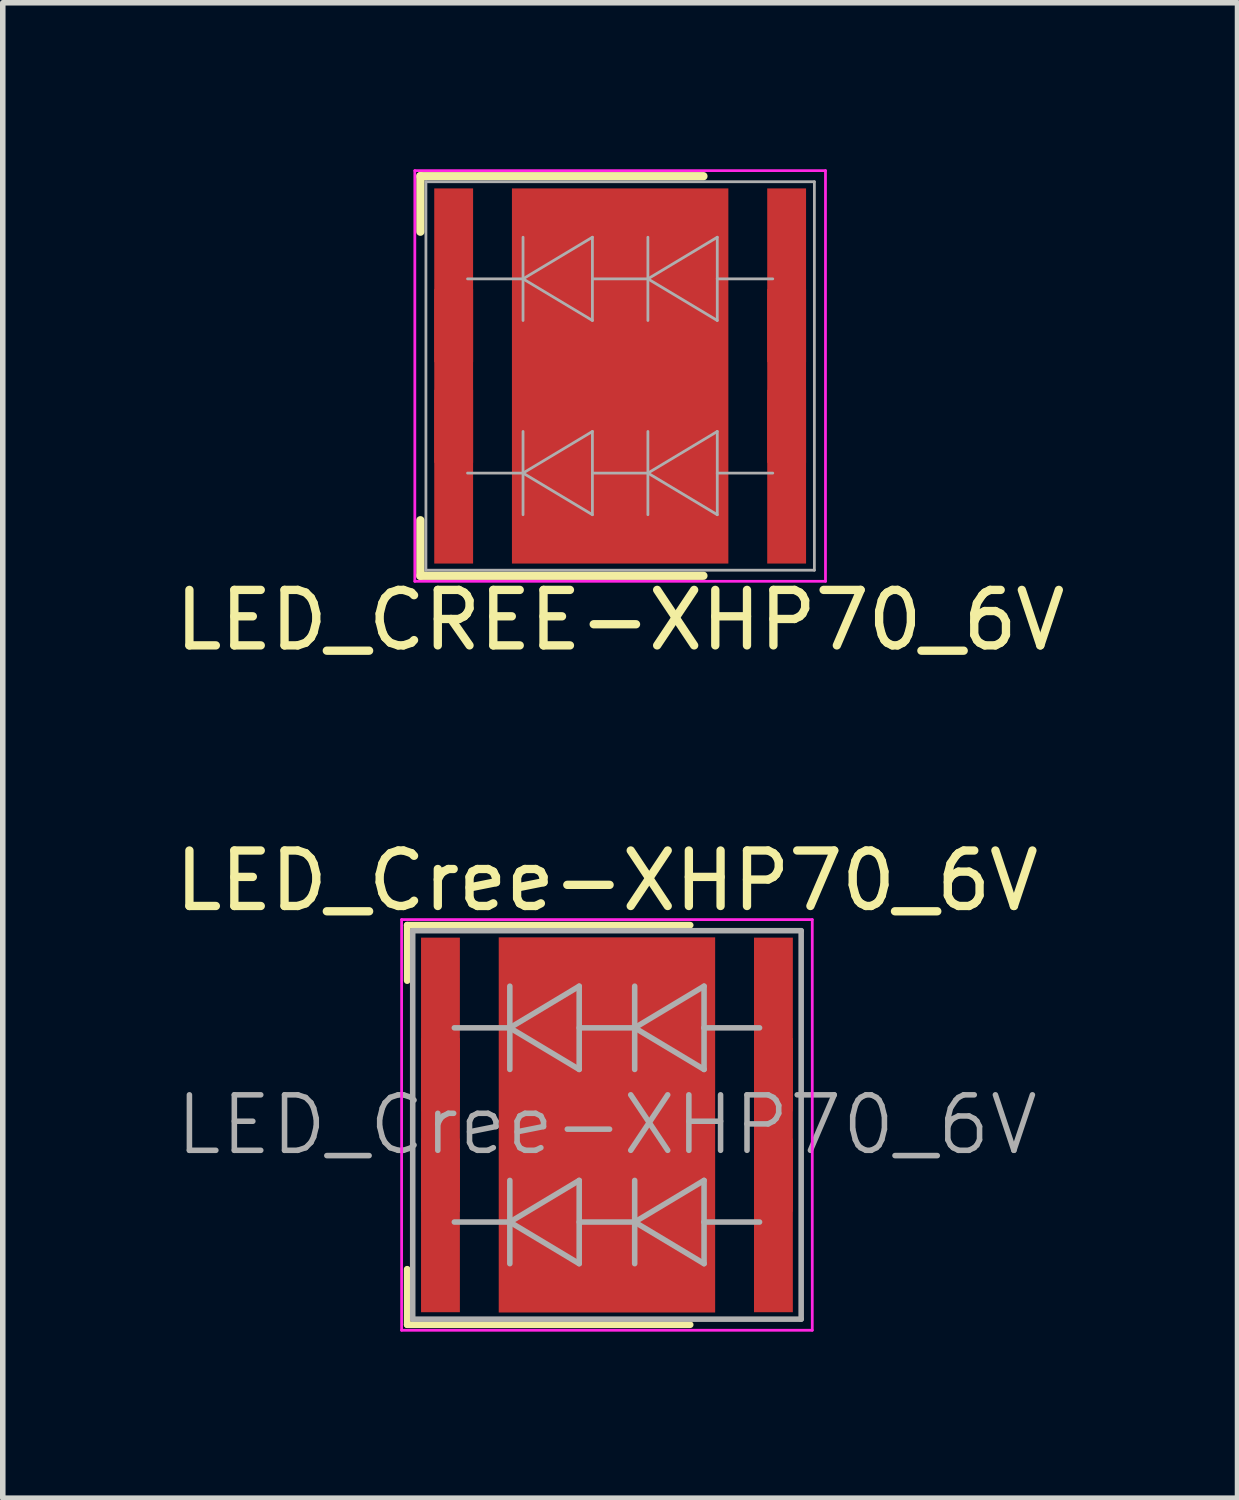
<source format=kicad_pcb>
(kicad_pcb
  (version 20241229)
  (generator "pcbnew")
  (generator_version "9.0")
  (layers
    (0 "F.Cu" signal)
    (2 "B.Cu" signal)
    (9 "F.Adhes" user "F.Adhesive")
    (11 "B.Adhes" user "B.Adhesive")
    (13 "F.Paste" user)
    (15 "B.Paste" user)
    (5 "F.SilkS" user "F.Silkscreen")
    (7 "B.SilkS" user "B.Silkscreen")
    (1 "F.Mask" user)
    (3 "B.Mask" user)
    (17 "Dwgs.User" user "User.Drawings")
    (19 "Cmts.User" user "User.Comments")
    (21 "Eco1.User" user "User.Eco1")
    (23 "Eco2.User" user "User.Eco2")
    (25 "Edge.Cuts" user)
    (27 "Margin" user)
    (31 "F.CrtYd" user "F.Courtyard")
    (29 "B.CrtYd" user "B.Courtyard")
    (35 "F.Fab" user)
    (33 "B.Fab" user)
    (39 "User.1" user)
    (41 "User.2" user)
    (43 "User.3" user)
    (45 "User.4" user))
  (footprint "LED_CREE-XHP70_6V"
    (layer "F.Cu")
    (at 8.125 3.725)
    (property "Reference" "LED_CREE-XHP70_6V" (at 0 4.4 0) (layer "F.SilkS") (effects (font (size 1 1) (thickness 0.15))))
    (attr smd)
    (fp_line (start -3.6 -3.6) (end -3.6 -2.6) (stroke (width 0.15) (type solid)) (layer "F.SilkS"))
    (fp_line (start -3.6 3.6) (end -3.6 2.6) (stroke (width 0.15) (type solid)) (layer "F.SilkS"))
    (fp_line (start 1.5 -3.6) (end -3.6 -3.6) (stroke (width 0.15) (type solid)) (layer "F.SilkS"))
    (fp_line (start 1.5 3.6) (end -3.6 3.6) (stroke (width 0.15) (type solid)) (layer "F.SilkS"))
    (fp_line (start -3.7 -3.7) (end -3.7 3.7) (stroke (width 0.05) (type solid)) (layer "F.CrtYd"))
    (fp_line (start -3.7 3.7) (end 3.7 3.7) (stroke (width 0.05) (type solid)) (layer "F.CrtYd"))
    (fp_line (start 3.7 -3.7) (end -3.7 -3.7) (stroke (width 0.05) (type solid)) (layer "F.CrtYd"))
    (fp_line (start 3.7 3.7) (end 3.7 -3.7) (stroke (width 0.05) (type solid)) (layer "F.CrtYd"))
    (fp_line (start -3.5 -3.5) (end -3.5 3.5) (stroke (width 0.05) (type solid)) (layer "F.Fab"))
    (fp_line (start -3.5 3.5) (end 3.5 3.5) (stroke (width 0.05) (type solid)) (layer "F.Fab"))
    (fp_line (start -2.75 -1.75) (end -1.75 -1.75) (stroke (width 0.05) (type solid)) (layer "F.Fab"))
    (fp_line (start -2.75 1.75) (end -1.75 1.75) (stroke (width 0.05) (type solid)) (layer "F.Fab"))
    (fp_line (start -1.75 -1.75) (end -1.75 -2.5) (stroke (width 0.05) (type solid)) (layer "F.Fab"))
    (fp_line (start -1.75 -1.75) (end -1.75 -1) (stroke (width 0.05) (type solid)) (layer "F.Fab"))
    (fp_line (start -1.75 -1.75) (end -0.5 -1) (stroke (width 0.05) (type solid)) (layer "F.Fab"))
    (fp_line (start -1.75 1.75) (end -1.75 1) (stroke (width 0.05) (type solid)) (layer "F.Fab"))
    (fp_line (start -1.75 1.75) (end -1.75 2.5) (stroke (width 0.05) (type solid)) (layer "F.Fab"))
    (fp_line (start -1.75 1.75) (end -0.5 2.5) (stroke (width 0.05) (type solid)) (layer "F.Fab"))
    (fp_line (start -0.5 -2.5) (end -1.75 -1.75) (stroke (width 0.05) (type solid)) (layer "F.Fab"))
    (fp_line (start -0.5 -1.75) (end 0.5 -1.75) (stroke (width 0.05) (type solid)) (layer "F.Fab"))
    (fp_line (start -0.5 -1) (end -0.5 -2.5) (stroke (width 0.05) (type solid)) (layer "F.Fab"))
    (fp_line (start -0.5 1) (end -1.75 1.75) (stroke (width 0.05) (type solid)) (layer "F.Fab"))
    (fp_line (start -0.5 1.75) (end 0.5 1.75) (stroke (width 0.05) (type solid)) (layer "F.Fab"))
    (fp_line (start -0.5 2.5) (end -0.5 1) (stroke (width 0.05) (type solid)) (layer "F.Fab"))
    (fp_line (start 0.5 -2.5) (end 0.5 -1) (stroke (width 0.05) (type solid)) (layer "F.Fab"))
    (fp_line (start 0.5 -1.75) (end 1.75 -2.5) (stroke (width 0.05) (type solid)) (layer "F.Fab"))
    (fp_line (start 0.5 1) (end 0.5 2.5) (stroke (width 0.05) (type solid)) (layer "F.Fab"))
    (fp_line (start 0.5 1.75) (end 1.75 1) (stroke (width 0.05) (type solid)) (layer "F.Fab"))
    (fp_line (start 1.75 -1.75) (end 1.75 -2.5) (stroke (width 0.05) (type solid)) (layer "F.Fab"))
    (fp_line (start 1.75 -1.75) (end 1.75 -1) (stroke (width 0.05) (type solid)) (layer "F.Fab"))
    (fp_line (start 1.75 -1) (end 0.5 -1.75) (stroke (width 0.05) (type solid)) (layer "F.Fab"))
    (fp_line (start 1.75 1.75) (end 1.75 1) (stroke (width 0.05) (type solid)) (layer "F.Fab"))
    (fp_line (start 1.75 1.75) (end 1.75 2.5) (stroke (width 0.05) (type solid)) (layer "F.Fab"))
    (fp_line (start 1.75 2.5) (end 0.5 1.75) (stroke (width 0.05) (type solid)) (layer "F.Fab"))
    (fp_line (start 2.75 -1.75) (end 1.75 -1.75) (stroke (width 0.05) (type solid)) (layer "F.Fab"))
    (fp_line (start 2.75 1.75) (end 1.75 1.75) (stroke (width 0.05) (type solid)) (layer "F.Fab"))
    (fp_line (start 3.5 -3.5) (end -3.5 -3.5) (stroke (width 0.05) (type solid)) (layer "F.Fab"))
    (fp_line (start 3.5 3.5) (end 3.5 -3.5) (stroke (width 0.05) (type solid)) (layer "F.Fab"))
    (pad "1" smd rect (at -3 -1.815) (size 0.7 3.13) (layers "F.Cu" "F.Mask" "F.Paste"))
    (pad "1" smd rect (at -3 0) (size 0.7 3.13) (layers "F.Cu" "F.Mask"))
    (pad "1" smd rect (at -3 1.815) (size 0.7 3.13) (layers "F.Cu" "F.Mask" "F.Paste"))
    (pad "2" smd rect (at 3 -1.815) (size 0.7 3.13) (layers "F.Cu" "F.Mask" "F.Paste"))
    (pad "2" smd rect (at 3 0) (size 0.7 3.13) (layers "F.Cu" "F.Mask"))
    (pad "2" smd rect (at 3 1.815) (size 0.7 3.13) (layers "F.Cu" "F.Mask" "F.Paste"))
    (pad "3" smd rect (at -0.77 -2.31) (size 1.29 1.29) (layers "F.Cu" "F.Mask" "F.Paste"))
    (pad "3" smd rect (at -0.77 -0.77) (size 1.29 1.29) (layers "F.Cu" "F.Mask" "F.Paste"))
    (pad "3" smd rect (at -0.77 0.77) (size 1.29 1.29) (layers "F.Cu" "F.Mask" "F.Paste"))
    (pad "3" smd rect (at -0.77 2.31) (size 1.29 1.29) (layers "F.Cu" "F.Mask" "F.Paste"))
    (pad "3" smd rect (at 0 0) (size 3.9 6.76) (layers "F.Cu" "F.Mask"))
    (pad "3" smd rect (at 0.77 -2.31) (size 1.29 1.29) (layers "F.Cu" "F.Mask" "F.Paste"))
    (pad "3" smd rect (at 0.77 -0.77) (size 1.29 1.29) (layers "F.Cu" "F.Mask" "F.Paste"))
    (pad "3" smd rect (at 0.77 0.77) (size 1.29 1.29) (layers "F.Cu" "F.Mask" "F.Paste"))
    (pad "3" smd rect (at 0.77 2.31) (size 1.29 1.29) (layers "F.Cu" "F.Mask" "F.Paste")))
  (footprint "LED_Cree-XHP70_6V"
    (layer "F.Cu")
    (at 7.887 17.221)
    (property "Reference" "LED_Cree-XHP70_6V" (at 0 -4.4 0) (layer "F.SilkS") (effects (font (size 1 1) (thickness 0.15))))
    (attr smd)
    (fp_line (start -3.6 -3.6) (end -3.6 -2.6) (stroke (width 0.12) (type solid)) (layer "F.SilkS"))
    (fp_line (start -3.6 3.6) (end -3.6 2.6) (stroke (width 0.12) (type solid)) (layer "F.SilkS"))
    (fp_line (start 1.5 -3.6) (end -3.6 -3.6) (stroke (width 0.12) (type solid)) (layer "F.SilkS"))
    (fp_line (start 1.5 3.6) (end -3.6 3.6) (stroke (width 0.12) (type solid)) (layer "F.SilkS"))
    (fp_line (start -3.7 -3.7) (end -3.7 3.7) (stroke (width 0.05) (type solid)) (layer "F.CrtYd"))
    (fp_line (start -3.7 3.7) (end 3.7 3.7) (stroke (width 0.05) (type solid)) (layer "F.CrtYd"))
    (fp_line (start 3.7 -3.7) (end -3.7 -3.7) (stroke (width 0.05) (type solid)) (layer "F.CrtYd"))
    (fp_line (start 3.7 3.7) (end 3.7 -3.7) (stroke (width 0.05) (type solid)) (layer "F.CrtYd"))
    (fp_line (start -3.5 -3.5) (end -3.5 3.5) (stroke (width 0.1) (type solid)) (layer "F.Fab"))
    (fp_line (start -3.5 3.5) (end 3.5 3.5) (stroke (width 0.1) (type solid)) (layer "F.Fab"))
    (fp_line (start -2.75 -1.75) (end -1.75 -1.75) (stroke (width 0.1) (type solid)) (layer "F.Fab"))
    (fp_line (start -2.75 1.75) (end -1.75 1.75) (stroke (width 0.1) (type solid)) (layer "F.Fab"))
    (fp_line (start -1.75 -1.75) (end -1.75 -2.5) (stroke (width 0.1) (type solid)) (layer "F.Fab"))
    (fp_line (start -1.75 -1.75) (end -1.75 -1) (stroke (width 0.1) (type solid)) (layer "F.Fab"))
    (fp_line (start -1.75 -1.75) (end -0.5 -1) (stroke (width 0.1) (type solid)) (layer "F.Fab"))
    (fp_line (start -1.75 1.75) (end -1.75 1) (stroke (width 0.1) (type solid)) (layer "F.Fab"))
    (fp_line (start -1.75 1.75) (end -1.75 2.5) (stroke (width 0.1) (type solid)) (layer "F.Fab"))
    (fp_line (start -1.75 1.75) (end -0.5 2.5) (stroke (width 0.1) (type solid)) (layer "F.Fab"))
    (fp_line (start -0.5 -2.5) (end -1.75 -1.75) (stroke (width 0.1) (type solid)) (layer "F.Fab"))
    (fp_line (start -0.5 -1.75) (end 0.5 -1.75) (stroke (width 0.1) (type solid)) (layer "F.Fab"))
    (fp_line (start -0.5 -1) (end -0.5 -2.5) (stroke (width 0.1) (type solid)) (layer "F.Fab"))
    (fp_line (start -0.5 1) (end -1.75 1.75) (stroke (width 0.1) (type solid)) (layer "F.Fab"))
    (fp_line (start -0.5 1.75) (end 0.5 1.75) (stroke (width 0.1) (type solid)) (layer "F.Fab"))
    (fp_line (start -0.5 2.5) (end -0.5 1) (stroke (width 0.1) (type solid)) (layer "F.Fab"))
    (fp_line (start 0.5 -2.5) (end 0.5 -1) (stroke (width 0.1) (type solid)) (layer "F.Fab"))
    (fp_line (start 0.5 -1.75) (end 1.75 -2.5) (stroke (width 0.1) (type solid)) (layer "F.Fab"))
    (fp_line (start 0.5 1) (end 0.5 2.5) (stroke (width 0.1) (type solid)) (layer "F.Fab"))
    (fp_line (start 0.5 1.75) (end 1.75 1) (stroke (width 0.1) (type solid)) (layer "F.Fab"))
    (fp_line (start 1.75 -1.75) (end 1.75 -2.5) (stroke (width 0.1) (type solid)) (layer "F.Fab"))
    (fp_line (start 1.75 -1.75) (end 1.75 -1) (stroke (width 0.1) (type solid)) (layer "F.Fab"))
    (fp_line (start 1.75 -1) (end 0.5 -1.75) (stroke (width 0.1) (type solid)) (layer "F.Fab"))
    (fp_line (start 1.75 1.75) (end 1.75 1) (stroke (width 0.1) (type solid)) (layer "F.Fab"))
    (fp_line (start 1.75 1.75) (end 1.75 2.5) (stroke (width 0.1) (type solid)) (layer "F.Fab"))
    (fp_line (start 1.75 2.5) (end 0.5 1.75) (stroke (width 0.1) (type solid)) (layer "F.Fab"))
    (fp_line (start 2.75 -1.75) (end 1.75 -1.75) (stroke (width 0.1) (type solid)) (layer "F.Fab"))
    (fp_line (start 2.75 1.75) (end 1.75 1.75) (stroke (width 0.1) (type solid)) (layer "F.Fab"))
    (fp_line (start 3.5 -3.5) (end -3.5 -3.5) (stroke (width 0.1) (type solid)) (layer "F.Fab"))
    (fp_line (start 3.5 3.5) (end 3.5 -3.5) (stroke (width 0.1) (type solid)) (layer "F.Fab"))
    (fp_text user "${REFERENCE}" (at 0 0 0) (layer "F.Fab") (effects (font (size 1 1) (thickness 0.1))))
    (pad "1" smd rect (at -3 -1.81) (size 0.7 3.13) (layers "F.Cu" "F.Mask" "F.Paste"))
    (pad "1" smd rect (at -3 0) (size 0.7 3.13) (layers "F.Cu" "F.Mask"))
    (pad "1" smd rect (at -3 1.81) (size 0.7 3.13) (layers "F.Cu" "F.Mask" "F.Paste"))
    (pad "2" smd rect (at 3 -1.81) (size 0.7 3.13) (layers "F.Cu" "F.Mask" "F.Paste"))
    (pad "2" smd rect (at 3 0) (size 0.7 3.13) (layers "F.Cu" "F.Mask"))
    (pad "2" smd rect (at 3 1.81) (size 0.7 3.13) (layers "F.Cu" "F.Mask" "F.Paste"))
    (pad "3" smd rect (at -0.77 -2.31) (size 1.29 1.29) (layers "F.Cu" "F.Mask" "F.Paste"))
    (pad "3" smd rect (at -0.77 -0.77) (size 1.29 1.29) (layers "F.Cu" "F.Mask" "F.Paste"))
    (pad "3" smd rect (at -0.77 0.77) (size 1.29 1.29) (layers "F.Cu" "F.Mask" "F.Paste"))
    (pad "3" smd rect (at -0.77 2.31) (size 1.29 1.29) (layers "F.Cu" "F.Mask" "F.Paste"))
    (pad "3" smd rect (at 0 0) (size 3.9 6.76) (layers "F.Cu" "F.Mask"))
    (pad "3" smd rect (at 0.77 -2.31) (size 1.29 1.29) (layers "F.Cu" "F.Mask" "F.Paste"))
    (pad "3" smd rect (at 0.77 -0.77) (size 1.29 1.29) (layers "F.Cu" "F.Mask" "F.Paste"))
    (pad "3" smd rect (at 0.77 0.77) (size 1.29 1.29) (layers "F.Cu" "F.Mask" "F.Paste"))
    (pad "3" smd rect (at 0.77 2.31) (size 1.29 1.29) (layers "F.Cu" "F.Mask" "F.Paste")))
  (gr_rect
    (start -3 -3)
    (end 19.25 23.947)
    (stroke (width 0.1) (type default))
    (fill no)
    (layer "Edge.Cuts")))
</source>
